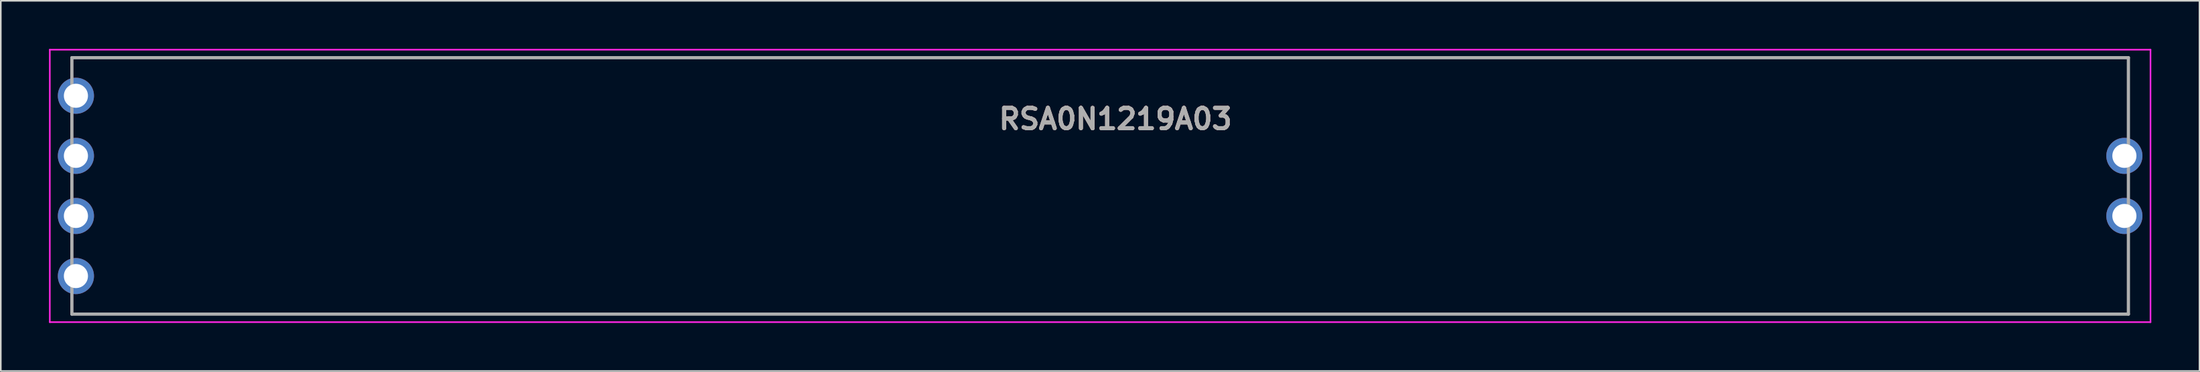
<source format=kicad_pcb>
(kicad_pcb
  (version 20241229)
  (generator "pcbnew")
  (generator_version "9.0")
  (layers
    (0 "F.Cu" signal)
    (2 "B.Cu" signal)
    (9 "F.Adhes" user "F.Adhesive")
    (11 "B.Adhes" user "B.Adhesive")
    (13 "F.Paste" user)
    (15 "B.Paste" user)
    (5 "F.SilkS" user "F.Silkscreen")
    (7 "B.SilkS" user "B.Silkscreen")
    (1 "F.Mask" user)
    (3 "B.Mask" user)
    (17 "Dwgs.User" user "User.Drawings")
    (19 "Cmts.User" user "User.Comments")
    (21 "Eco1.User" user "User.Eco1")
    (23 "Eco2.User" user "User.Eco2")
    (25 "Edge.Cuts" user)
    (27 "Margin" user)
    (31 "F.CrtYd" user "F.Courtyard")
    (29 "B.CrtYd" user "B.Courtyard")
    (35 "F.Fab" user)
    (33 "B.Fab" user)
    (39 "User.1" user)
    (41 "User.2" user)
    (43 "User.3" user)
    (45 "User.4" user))
  (footprint "RSA0N1219A03"
    (layer "F.Cu")
    (at 1.675 6.675)
    (property "Reference" "RSA0N1219A03" (at 64.7 -2.3 0) (layer "B.SilkS") (effects (font (size 1.27 1.27) (thickness 0.254))))
    (attr through_hole)
    (fp_line (start -0.25 -6.125) (end 127.75 -6.125) (stroke (width 0.1) (type solid)) (layer "B.SilkS"))
    (fp_line (start -0.25 -5.625) (end -0.25 -6.125) (stroke (width 0.1) (type solid)) (layer "B.SilkS"))
    (fp_line (start -0.25 9.375) (end -0.25 9.875) (stroke (width 0.1) (type solid)) (layer "B.SilkS"))
    (fp_line (start -0.25 9.875) (end 127.75 9.875) (stroke (width 0.1) (type solid)) (layer "B.SilkS"))
    (fp_line (start 127.75 -6.125) (end 127.75 -2.625) (stroke (width 0.1) (type solid)) (layer "B.SilkS"))
    (fp_line (start 127.75 9.875) (end 127.75 6.375) (stroke (width 0.1) (type solid)) (layer "B.SilkS"))
    (fp_line (start -1.625 -6.625) (end 129.125 -6.625) (stroke (width 0.1) (type solid)) (layer "F.CrtYd"))
    (fp_line (start -1.625 10.375) (end -1.625 -6.625) (stroke (width 0.1) (type solid)) (layer "F.CrtYd"))
    (fp_line (start 129.125 -6.625) (end 129.125 10.375) (stroke (width 0.1) (type solid)) (layer "F.CrtYd"))
    (fp_line (start 129.125 10.375) (end -1.625 10.375) (stroke (width 0.1) (type solid)) (layer "F.CrtYd"))
    (fp_line (start -0.25 -6.125) (end 127.75 -6.125) (stroke (width 0.2) (type solid)) (layer "F.Fab"))
    (fp_line (start -0.25 9.875) (end -0.25 -6.125) (stroke (width 0.2) (type solid)) (layer "F.Fab"))
    (fp_line (start 127.75 -6.125) (end 127.75 9.875) (stroke (width 0.2) (type solid)) (layer "F.Fab"))
    (fp_line (start 127.75 9.875) (end -0.25 9.875) (stroke (width 0.2) (type solid)) (layer "F.Fab"))
    (fp_text user "${REFERENCE}" (at 64.7 -2.3 0) (layer "F.Fab") (effects (font (size 1.27 1.27) (thickness 0.254))))
    (pad "A1" thru_hole circle (at 0 0) (size 2.25 2.25) (drill 1.5) (layers "*.Cu" "*.Mask"))
    (pad "A2" thru_hole circle (at 0 -3.75) (size 2.25 2.25) (drill 1.5) (layers "*.Cu" "*.Mask"))
    (pad "A3" thru_hole circle (at 127.5 0) (size 2.25 2.25) (drill 1.5) (layers "*.Cu" "*.Mask"))
    (pad "B1" thru_hole circle (at 0 3.75) (size 2.25 2.25) (drill 1.5) (layers "*.Cu" "*.Mask"))
    (pad "B2" thru_hole circle (at 0 7.5) (size 2.25 2.25) (drill 1.5) (layers "*.Cu" "*.Mask"))
    (pad "B3" thru_hole circle (at 127.5 3.75) (size 2.25 2.25) (drill 1.5) (layers "*.Cu" "*.Mask")))
  (gr_rect
    (start -3 -3)
    (end 133.85 20.1)
    (stroke (width 0.1) (type default))
    (fill no)
    (layer "Edge.Cuts")))
</source>
